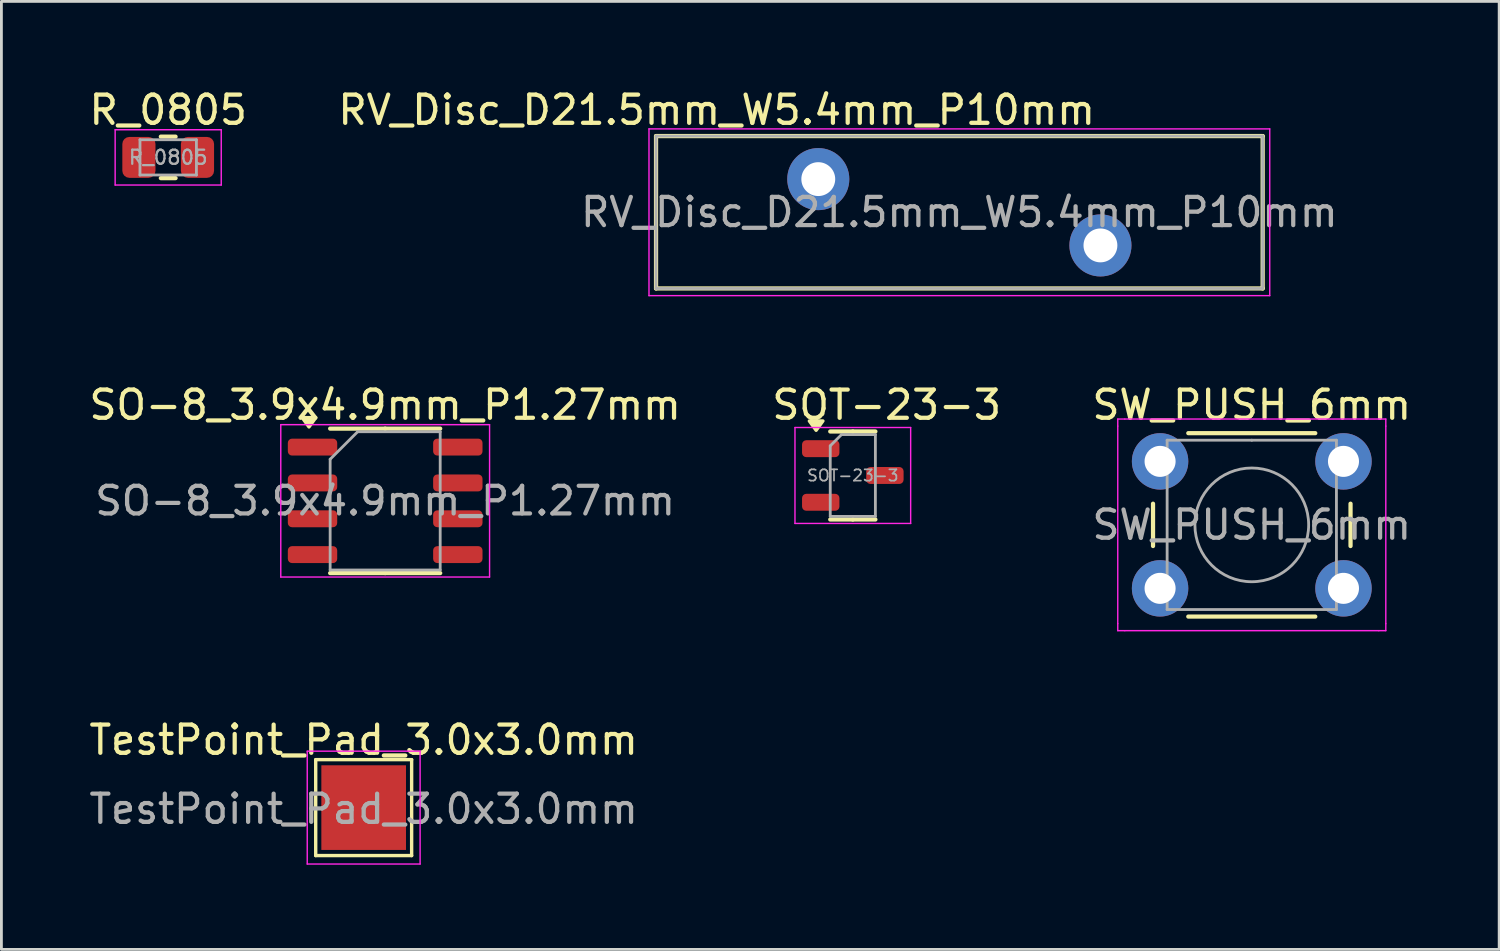
<source format=kicad_pcb>
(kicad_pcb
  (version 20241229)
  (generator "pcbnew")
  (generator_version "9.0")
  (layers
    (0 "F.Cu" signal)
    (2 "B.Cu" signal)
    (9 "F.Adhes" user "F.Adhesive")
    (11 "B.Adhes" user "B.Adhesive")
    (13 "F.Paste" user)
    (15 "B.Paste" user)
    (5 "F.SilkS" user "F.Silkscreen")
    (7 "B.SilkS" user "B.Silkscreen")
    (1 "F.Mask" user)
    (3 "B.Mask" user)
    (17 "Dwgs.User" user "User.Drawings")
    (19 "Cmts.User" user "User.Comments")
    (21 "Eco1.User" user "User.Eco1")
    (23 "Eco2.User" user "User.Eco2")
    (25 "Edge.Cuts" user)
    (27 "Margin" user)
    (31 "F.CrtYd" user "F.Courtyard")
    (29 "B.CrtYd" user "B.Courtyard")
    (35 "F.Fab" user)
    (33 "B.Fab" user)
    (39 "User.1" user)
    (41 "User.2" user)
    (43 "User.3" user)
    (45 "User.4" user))
  (footprint "SW_PUSH_6mm"
    (layer "F.Cu")
    (at 41.315 15.552)
    (property "Reference" "SW_PUSH_6mm" (at 0 -4.25 0) (layer "F.SilkS") (effects (font (size 1 1) (thickness 0.15))))
    (attr through_hole)
    (fp_line (start -3.5 -0.75) (end -3.5 0.75) (stroke (width 0.15) (type solid)) (layer "F.SilkS"))
    (fp_line (start -2.25 3.25) (end 2.25 3.25) (stroke (width 0.15) (type solid)) (layer "F.SilkS"))
    (fp_line (start 2.25 -3.25) (end -2.25 -3.25) (stroke (width 0.15) (type solid)) (layer "F.SilkS"))
    (fp_line (start 3.5 0.75) (end 3.5 -0.75) (stroke (width 0.15) (type solid)) (layer "F.SilkS"))
    (fp_line (start -4.75 -3.75) (end -4.5 -3.75) (stroke (width 0.05) (type solid)) (layer "F.CrtYd"))
    (fp_line (start -4.75 -3.5) (end -4.75 -3.75) (stroke (width 0.05) (type solid)) (layer "F.CrtYd"))
    (fp_line (start -4.75 3.5) (end -4.75 -3.5) (stroke (width 0.05) (type solid)) (layer "F.CrtYd"))
    (fp_line (start -4.75 3.5) (end -4.75 3.75) (stroke (width 0.05) (type solid)) (layer "F.CrtYd"))
    (fp_line (start -4.75 3.75) (end -4.5 3.75) (stroke (width 0.05) (type solid)) (layer "F.CrtYd"))
    (fp_line (start -4.5 -3.75) (end 4.5 -3.75) (stroke (width 0.05) (type solid)) (layer "F.CrtYd"))
    (fp_line (start 4.5 -3.75) (end 4.75 -3.75) (stroke (width 0.05) (type solid)) (layer "F.CrtYd"))
    (fp_line (start 4.5 3.75) (end -4.5 3.75) (stroke (width 0.05) (type solid)) (layer "F.CrtYd"))
    (fp_line (start 4.5 3.75) (end 4.75 3.75) (stroke (width 0.05) (type solid)) (layer "F.CrtYd"))
    (fp_line (start 4.75 -3.75) (end 4.75 -3.5) (stroke (width 0.05) (type solid)) (layer "F.CrtYd"))
    (fp_line (start 4.75 -3.5) (end 4.75 3.5) (stroke (width 0.05) (type solid)) (layer "F.CrtYd"))
    (fp_line (start 4.75 3.75) (end 4.75 3.5) (stroke (width 0.05) (type solid)) (layer "F.CrtYd"))
    (fp_line (start -3 -3) (end 0 -3) (stroke (width 0.1) (type solid)) (layer "F.Fab"))
    (fp_line (start -3 3) (end -3 -3) (stroke (width 0.1) (type solid)) (layer "F.Fab"))
    (fp_line (start 0 -3) (end 3 -3) (stroke (width 0.1) (type solid)) (layer "F.Fab"))
    (fp_line (start 3 -3) (end 3 3) (stroke (width 0.1) (type solid)) (layer "F.Fab"))
    (fp_line (start 3 3) (end -3 3) (stroke (width 0.1) (type solid)) (layer "F.Fab"))
    (fp_circle (center 0 0) (end -2 0.25) (stroke (width 0.1) (type solid)) (fill no) (layer "F.Fab"))
    (fp_text user "${REFERENCE}" (at 0 0 0) (layer "F.Fab") (effects (font (size 1 1) (thickness 0.15))))
    (pad "1" thru_hole circle (at -3.25 -2.25 90) (size 2 2) (drill 1.1) (layers "*.Cu" "*.Mask"))
    (pad "1" thru_hole circle (at 3.25 -2.25 90) (size 2 2) (drill 1.1) (layers "*.Cu" "*.Mask"))
    (pad "2" thru_hole circle (at -3.25 2.25 90) (size 2 2) (drill 1.1) (layers "*.Cu" "*.Mask"))
    (pad "2" thru_hole circle (at 3.25 2.25 90) (size 2 2) (drill 1.1) (layers "*.Cu" "*.Mask")))
  (footprint "SOT-23-3"
    (layer "F.Cu")
    (at 27.175 13.802)
    (property "Reference" "SOT-23-3" (at 1.2 -2.5 0) (layer "F.SilkS") (effects (font (size 1 1) (thickness 0.15))))
    (attr smd)
    (fp_line (start 0 -1.56) (end -0.8 -1.56) (stroke (width 0.15) (type solid)) (layer "F.SilkS"))
    (fp_line (start 0 -1.56) (end 0.8 -1.56) (stroke (width 0.15) (type solid)) (layer "F.SilkS"))
    (fp_line (start 0 1.56) (end -0.8 1.56) (stroke (width 0.15) (type solid)) (layer "F.SilkS"))
    (fp_line (start 0 1.56) (end 0.8 1.56) (stroke (width 0.15) (type solid)) (layer "F.SilkS"))
    (fp_poly (pts (xy -1.3 -1.602) (xy -1.54 -1.932) (xy -1.06 -1.932) (xy -1.3 -1.602)) (stroke (width 0.12) (type solid)) (fill yes) (layer "F.SilkS"))
    (fp_line (start -2.05 -1.7) (end -2.05 1.7) (stroke (width 0.05) (type solid)) (layer "F.CrtYd"))
    (fp_line (start -2.05 1.7) (end 2.05 1.7) (stroke (width 0.05) (type solid)) (layer "F.CrtYd"))
    (fp_line (start 2.05 -1.7) (end -2.05 -1.7) (stroke (width 0.05) (type solid)) (layer "F.CrtYd"))
    (fp_line (start 2.05 1.7) (end 2.05 -1.7) (stroke (width 0.05) (type solid)) (layer "F.CrtYd"))
    (fp_line (start -0.8 -1.05) (end -0.4 -1.45) (stroke (width 0.1) (type solid)) (layer "F.Fab"))
    (fp_line (start -0.8 1.45) (end -0.8 -1.05) (stroke (width 0.1) (type solid)) (layer "F.Fab"))
    (fp_line (start -0.4 -1.45) (end 0.8 -1.45) (stroke (width 0.1) (type solid)) (layer "F.Fab"))
    (fp_line (start 0.8 -1.45) (end 0.8 1.45) (stroke (width 0.1) (type solid)) (layer "F.Fab"))
    (fp_line (start 0.8 1.45) (end -0.8 1.45) (stroke (width 0.1) (type solid)) (layer "F.Fab"))
    (fp_text user "${REFERENCE}" (at 0 0 0) (layer "F.Fab") (effects (font (size 0.4 0.4) (thickness 0.06))))
    (pad "1" smd roundrect (at -1.137 -0.95) (size 1.325 0.6) (layers "F.Cu" "F.Mask" "F.Paste") (roundrect_rratio 0.25))
    (pad "2" smd roundrect (at 1.137 0) (size 1.325 0.6) (layers "F.Cu" "F.Mask" "F.Paste") (roundrect_rratio 0.25))
    (pad "3" smd roundrect (at -1.137 0.95) (size 1.325 0.6) (layers "F.Cu" "F.Mask" "F.Paste") (roundrect_rratio 0.25)))
  (footprint "R_0805"
    (layer "F.Cu")
    (at 2.911 2.528)
    (property "Reference" "R_0805" (at 0 -1.68 0) (layer "F.SilkS") (effects (font (size 1 1) (thickness 0.15))))
    (attr smd)
    (fp_line (start -0.261 -0.735) (end 0.261 -0.735) (stroke (width 0.15) (type solid)) (layer "F.SilkS"))
    (fp_line (start -0.261 0.735) (end 0.261 0.735) (stroke (width 0.15) (type solid)) (layer "F.SilkS"))
    (fp_line (start -1.88 -0.98) (end 1.88 -0.98) (stroke (width 0.05) (type solid)) (layer "F.CrtYd"))
    (fp_line (start -1.88 0.98) (end -1.88 -0.98) (stroke (width 0.05) (type solid)) (layer "F.CrtYd"))
    (fp_line (start 1.88 -0.98) (end 1.88 0.98) (stroke (width 0.05) (type solid)) (layer "F.CrtYd"))
    (fp_line (start 1.88 0.98) (end -1.88 0.98) (stroke (width 0.05) (type solid)) (layer "F.CrtYd"))
    (fp_line (start -1 -0.625) (end 1 -0.625) (stroke (width 0.1) (type solid)) (layer "F.Fab"))
    (fp_line (start -1 0.625) (end -1 -0.625) (stroke (width 0.1) (type solid)) (layer "F.Fab"))
    (fp_line (start 1 -0.625) (end 1 0.625) (stroke (width 0.1) (type solid)) (layer "F.Fab"))
    (fp_line (start 1 0.625) (end -1 0.625) (stroke (width 0.1) (type solid)) (layer "F.Fab"))
    (fp_text user "${REFERENCE}" (at 0 0 0) (layer "F.Fab") (effects (font (size 0.5 0.5) (thickness 0.08))))
    (pad "1" smd roundrect (at -1.038 0) (size 1.175 1.45) (layers "F.Cu" "F.Mask" "F.Paste") (roundrect_rratio 0.213))
    (pad "2" smd roundrect (at 1.038 0) (size 1.175 1.45) (layers "F.Cu" "F.Mask" "F.Paste") (roundrect_rratio 0.213)))
  (footprint "RV_Disc_D21.5mm_W5.4mm_P10mm"
    (layer "F.Cu")
    (at 30.951 4.498)
    (property "Reference" "RV_Disc_D21.5mm_W5.4mm_P10mm" (at -8.6 -3.65 0) (layer "F.SilkS") (effects (font (size 1 1) (thickness 0.15))))
    (attr through_hole)
    (fp_line (start -10.75 -2.725) (end -10.75 2.675) (stroke (width 0.15) (type solid)) (layer "F.SilkS"))
    (fp_line (start -10.75 -2.725) (end 10.75 -2.725) (stroke (width 0.15) (type solid)) (layer "F.SilkS"))
    (fp_line (start -10.75 2.675) (end 10.75 2.675) (stroke (width 0.15) (type solid)) (layer "F.SilkS"))
    (fp_line (start 10.75 -2.725) (end 10.75 2.675) (stroke (width 0.15) (type solid)) (layer "F.SilkS"))
    (fp_line (start -11 -2.98) (end -11 2.93) (stroke (width 0.05) (type solid)) (layer "F.CrtYd"))
    (fp_line (start -11 -2.98) (end 11 -2.98) (stroke (width 0.05) (type solid)) (layer "F.CrtYd"))
    (fp_line (start -11 2.93) (end 11 2.93) (stroke (width 0.05) (type solid)) (layer "F.CrtYd"))
    (fp_line (start 11 -2.98) (end 11 2.93) (stroke (width 0.05) (type solid)) (layer "F.CrtYd"))
    (fp_line (start -10.75 -2.725) (end -10.75 2.675) (stroke (width 0.1) (type solid)) (layer "F.Fab"))
    (fp_line (start -10.75 -2.725) (end 10.75 -2.725) (stroke (width 0.1) (type solid)) (layer "F.Fab"))
    (fp_line (start -10.75 2.675) (end 10.75 2.675) (stroke (width 0.1) (type solid)) (layer "F.Fab"))
    (fp_line (start 10.75 -2.725) (end 10.75 2.675) (stroke (width 0.1) (type solid)) (layer "F.Fab"))
    (fp_text user "${REFERENCE}" (at 0 -0.025 0) (layer "F.Fab") (effects (font (size 1 1) (thickness 0.15))))
    (pad "1" thru_hole circle (at -5 -1.2) (size 2.2 2.2) (drill 1.2) (layers "*.Cu" "*.Mask"))
    (pad "2" thru_hole circle (at 5 1.15) (size 2.2 2.2) (drill 1.2) (layers "*.Cu" "*.Mask")))
  (footprint "TestPoint_Pad_3.0x3.0mm"
    (layer "F.Cu")
    (at 9.839 25.573)
    (property "Reference" "TestPoint_Pad_3.0x3.0mm" (at 0 -2.398 0) (layer "F.SilkS") (effects (font (size 1 1) (thickness 0.15))))
    (attr exclude_from_pos_files exclude_from_bom)
    (fp_line (start -1.7 -1.7) (end 1.7 -1.7) (stroke (width 0.12) (type solid)) (layer "F.SilkS"))
    (fp_line (start -1.7 1.7) (end -1.7 -1.7) (stroke (width 0.12) (type solid)) (layer "F.SilkS"))
    (fp_line (start 1.7 -1.7) (end 1.7 1.7) (stroke (width 0.12) (type solid)) (layer "F.SilkS"))
    (fp_line (start 1.7 1.7) (end -1.7 1.7) (stroke (width 0.12) (type solid)) (layer "F.SilkS"))
    (fp_line (start -2 -2) (end -2 2) (stroke (width 0.05) (type solid)) (layer "F.CrtYd"))
    (fp_line (start -2 -2) (end 2 -2) (stroke (width 0.05) (type solid)) (layer "F.CrtYd"))
    (fp_line (start 2 2) (end -2 2) (stroke (width 0.05) (type solid)) (layer "F.CrtYd"))
    (fp_line (start 2 2) (end 2 -2) (stroke (width 0.05) (type solid)) (layer "F.CrtYd"))
    (fp_text user "${REFERENCE}" (at 0 0.05 0) (layer "F.Fab") (effects (font (size 1 1) (thickness 0.15))))
    (pad "1" smd rect (at 0 0) (size 3 3) (layers "F.Cu" "F.Mask")))
  (footprint "SO-8_3.9x4.9mm_P1.27mm"
    (layer "F.Cu")
    (at 10.601 14.701)
    (property "Reference" "SO-8_3.9x4.9mm_P1.27mm" (at 0 -3.4 0) (layer "F.SilkS") (effects (font (size 1 1) (thickness 0.15))))
    (attr smd)
    (fp_line (start 0 -2.56) (end -1.95 -2.56) (stroke (width 0.15) (type solid)) (layer "F.SilkS"))
    (fp_line (start 0 -2.56) (end 1.95 -2.56) (stroke (width 0.15) (type solid)) (layer "F.SilkS"))
    (fp_line (start 0 2.56) (end -1.95 2.56) (stroke (width 0.15) (type solid)) (layer "F.SilkS"))
    (fp_line (start 0 2.56) (end 1.95 2.56) (stroke (width 0.15) (type solid)) (layer "F.SilkS"))
    (fp_poly (pts (xy -2.7 -2.62) (xy -2.94 -2.95) (xy -2.46 -2.95) (xy -2.7 -2.62)) (stroke (width 0.12) (type solid)) (fill yes) (layer "F.SilkS"))
    (fp_line (start -3.7 -2.7) (end -3.7 2.7) (stroke (width 0.05) (type solid)) (layer "F.CrtYd"))
    (fp_line (start -3.7 2.7) (end 3.7 2.7) (stroke (width 0.05) (type solid)) (layer "F.CrtYd"))
    (fp_line (start 3.7 -2.7) (end -3.7 -2.7) (stroke (width 0.05) (type solid)) (layer "F.CrtYd"))
    (fp_line (start 3.7 2.7) (end 3.7 -2.7) (stroke (width 0.05) (type solid)) (layer "F.CrtYd"))
    (fp_line (start -1.95 -1.475) (end -0.975 -2.45) (stroke (width 0.1) (type solid)) (layer "F.Fab"))
    (fp_line (start -1.95 2.45) (end -1.95 -1.475) (stroke (width 0.1) (type solid)) (layer "F.Fab"))
    (fp_line (start -0.975 -2.45) (end 1.95 -2.45) (stroke (width 0.1) (type solid)) (layer "F.Fab"))
    (fp_line (start 1.95 -2.45) (end 1.95 2.45) (stroke (width 0.1) (type solid)) (layer "F.Fab"))
    (fp_line (start 1.95 2.45) (end -1.95 2.45) (stroke (width 0.1) (type solid)) (layer "F.Fab"))
    (fp_text user "${REFERENCE}" (at 0 0 0) (layer "F.Fab") (effects (font (size 0.98 0.98) (thickness 0.15))))
    (pad "1" smd roundrect (at -2.575 -1.905) (size 1.75 0.6) (layers "F.Cu" "F.Mask" "F.Paste") (roundrect_rratio 0.25))
    (pad "2" smd roundrect (at -2.575 -0.635) (size 1.75 0.6) (layers "F.Cu" "F.Mask" "F.Paste") (roundrect_rratio 0.25))
    (pad "3" smd roundrect (at -2.575 0.635) (size 1.75 0.6) (layers "F.Cu" "F.Mask" "F.Paste") (roundrect_rratio 0.25))
    (pad "4" smd roundrect (at -2.575 1.905) (size 1.75 0.6) (layers "F.Cu" "F.Mask" "F.Paste") (roundrect_rratio 0.25))
    (pad "5" smd roundrect (at 2.575 1.905) (size 1.75 0.6) (layers "F.Cu" "F.Mask" "F.Paste") (roundrect_rratio 0.25))
    (pad "6" smd roundrect (at 2.575 0.635) (size 1.75 0.6) (layers "F.Cu" "F.Mask" "F.Paste") (roundrect_rratio 0.25))
    (pad "7" smd roundrect (at 2.575 -0.635) (size 1.75 0.6) (layers "F.Cu" "F.Mask" "F.Paste") (roundrect_rratio 0.25))
    (pad "8" smd roundrect (at 2.575 -1.905) (size 1.75 0.6) (layers "F.Cu" "F.Mask" "F.Paste") (roundrect_rratio 0.25)))
  (gr_rect
    (start -3 -3)
    (end 50.083 30.598)
    (stroke (width 0.1) (type default))
    (fill no)
    (layer "Edge.Cuts")))
</source>
